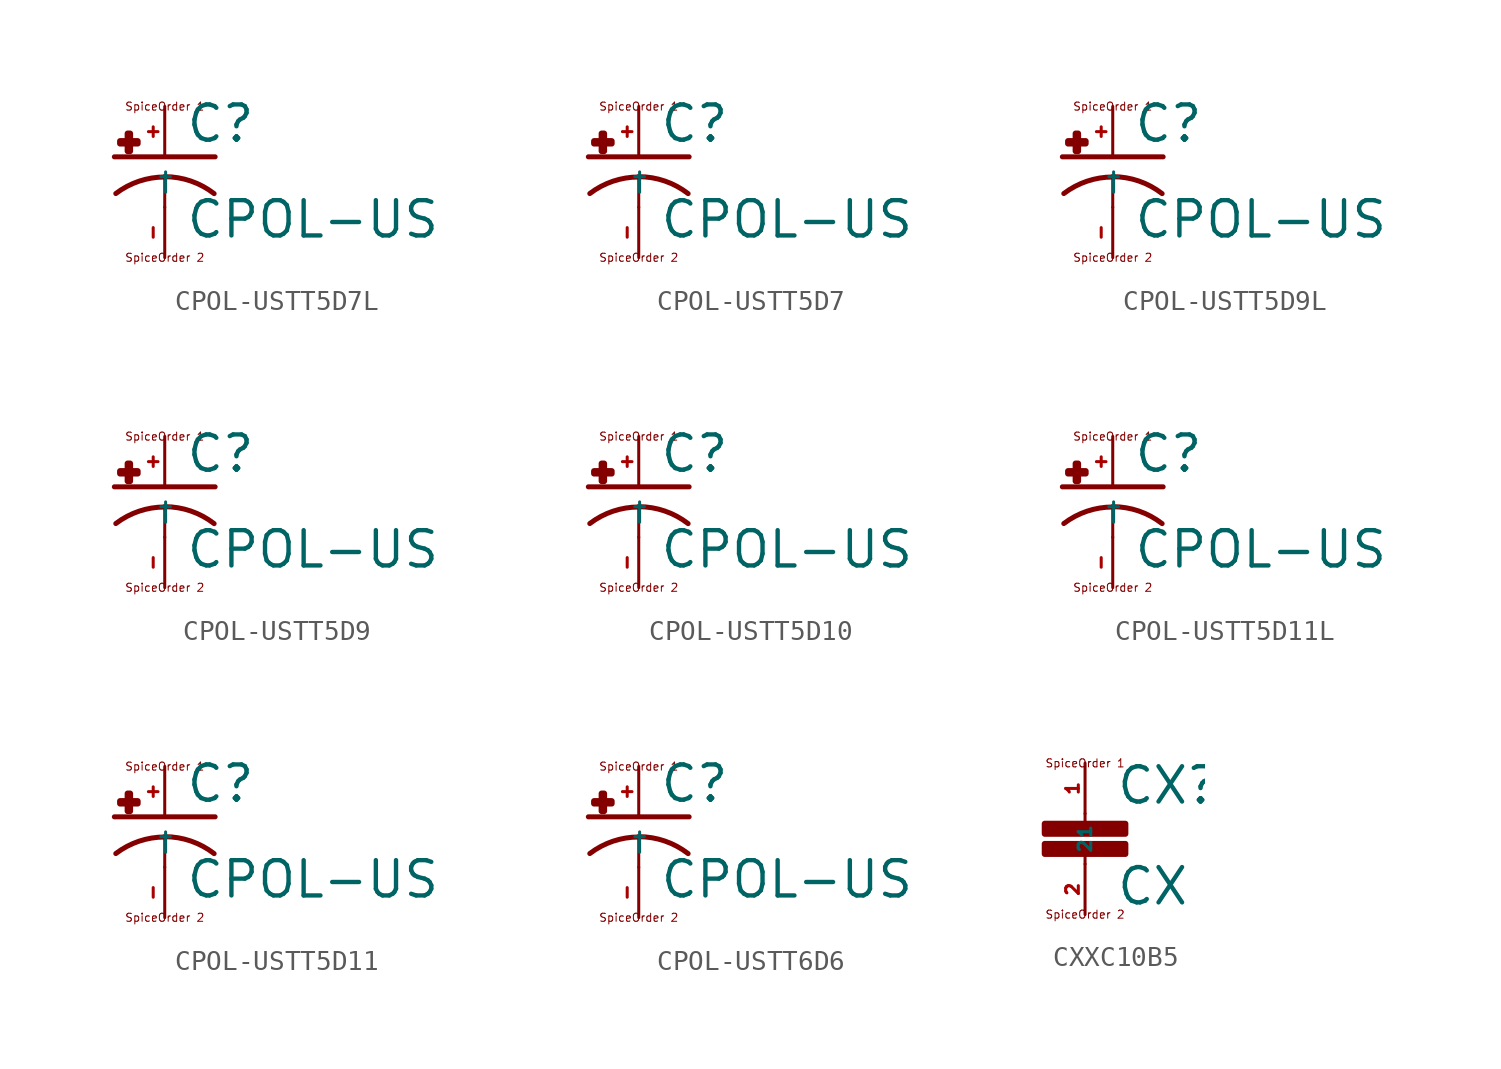
<source format=kicad_sym>
(kicad_symbol_lib
  (version 20220914)
  (generator Eagle2Kicad)
  (symbol "CPOL-USTT5D7L"
    (property "Reference" "C"
      (at 1.016 0.635 0)
      (effects (font (size 1.778 1.778) (thickness 0.22)) (justify left bottom)))
    (property "Value" "CPOL-US"
      (at 1.016 -4.191 0)
      (effects (font (size 1.778 1.778) (thickness 0.22)) (justify left bottom)))
    (polyline
      (pts (xy -2.54 0) (xy 2.54 0))
      (stroke (width 0.254) (type default))
      (fill (type none)))
    (polyline
      (pts (xy 0 -1.016) (xy 0 -2.54))
      (stroke (width 0.152) (type default))
      (fill (type none)))
    (arc
      (start 2.4892 -1.8542)
      (mid 1.316 -1.220)
      (end 0 -1)
      (stroke (width 0.254) (type default))
      (fill (type none)))
    (arc
      (start 0 -1.0161)
      (mid -1.302 -1.230)
      (end -2.4669 -1.8504)
      (stroke (width 0.254) (type default))
      (fill (type none)))
    (text "SpiceOrder 1"
      (at 0 2.54 0)
      (effects (font (size 0.406 0.406) (thickness 0.05))))
    (text "SpiceOrder 2"
      (at 0 -5.08 0)
      (effects (font (size 0.406 0.406) (thickness 0.05))))
    (rectangle
      (start -2.253 0.668)
      (end -1.364 0.795)
      (stroke (width 0.3) (type default))
      (fill (type outline)))
    (rectangle
      (start -1.872 0.287)
      (end -1.745 1.176)
      (stroke (width 0.3) (type default))
      (fill (type outline)))
    (pin passive line
      (at 0 2.54 270)
      (length 2.54)
      (name "+" (effects (font (size 0.635 0.635) (thickness 0.08)) (justify left bottom)))
      (number "+" (effects (font (size 0.635 0.635) (thickness 0.08)) (justify left bottom))))
    (pin passive line
      (at 0 -5.08 90)
      (length 2.54)
      (name "-" (effects (font (size 0.635 0.635) (thickness 0.08)) (justify left bottom)))
      (number "-" (effects (font (size 0.635 0.635) (thickness 0.08)) (justify left bottom)))))
  (symbol "CPOL-USTT5D7"
    (property "Reference" "C"
      (at 1.016 0.635 0)
      (effects (font (size 1.778 1.778) (thickness 0.22)) (justify left bottom)))
    (property "Value" "CPOL-US"
      (at 1.016 -4.191 0)
      (effects (font (size 1.778 1.778) (thickness 0.22)) (justify left bottom)))
    (polyline
      (pts (xy -2.54 0) (xy 2.54 0))
      (stroke (width 0.254) (type default))
      (fill (type none)))
    (polyline
      (pts (xy 0 -1.016) (xy 0 -2.54))
      (stroke (width 0.152) (type default))
      (fill (type none)))
    (arc
      (start 2.4892 -1.8542)
      (mid 1.316 -1.220)
      (end 0 -1)
      (stroke (width 0.254) (type default))
      (fill (type none)))
    (arc
      (start 0 -1.0161)
      (mid -1.302 -1.230)
      (end -2.4669 -1.8504)
      (stroke (width 0.254) (type default))
      (fill (type none)))
    (text "SpiceOrder 1"
      (at 0 2.54 0)
      (effects (font (size 0.406 0.406) (thickness 0.05))))
    (text "SpiceOrder 2"
      (at 0 -5.08 0)
      (effects (font (size 0.406 0.406) (thickness 0.05))))
    (rectangle
      (start -2.253 0.668)
      (end -1.364 0.795)
      (stroke (width 0.3) (type default))
      (fill (type outline)))
    (rectangle
      (start -1.872 0.287)
      (end -1.745 1.176)
      (stroke (width 0.3) (type default))
      (fill (type outline)))
    (pin passive line
      (at 0 2.54 270)
      (length 2.54)
      (name "+" (effects (font (size 0.635 0.635) (thickness 0.08)) (justify left bottom)))
      (number "+" (effects (font (size 0.635 0.635) (thickness 0.08)) (justify left bottom))))
    (pin passive line
      (at 0 -5.08 90)
      (length 2.54)
      (name "-" (effects (font (size 0.635 0.635) (thickness 0.08)) (justify left bottom)))
      (number "-" (effects (font (size 0.635 0.635) (thickness 0.08)) (justify left bottom)))))
  (symbol "CPOL-USTT5D9L"
    (property "Reference" "C"
      (at 1.016 0.635 0)
      (effects (font (size 1.778 1.778) (thickness 0.22)) (justify left bottom)))
    (property "Value" "CPOL-US"
      (at 1.016 -4.191 0)
      (effects (font (size 1.778 1.778) (thickness 0.22)) (justify left bottom)))
    (polyline
      (pts (xy -2.54 0) (xy 2.54 0))
      (stroke (width 0.254) (type default))
      (fill (type none)))
    (polyline
      (pts (xy 0 -1.016) (xy 0 -2.54))
      (stroke (width 0.152) (type default))
      (fill (type none)))
    (arc
      (start 2.4892 -1.8542)
      (mid 1.316 -1.220)
      (end 0 -1)
      (stroke (width 0.254) (type default))
      (fill (type none)))
    (arc
      (start 0 -1.0161)
      (mid -1.302 -1.230)
      (end -2.4669 -1.8504)
      (stroke (width 0.254) (type default))
      (fill (type none)))
    (text "SpiceOrder 1"
      (at 0 2.54 0)
      (effects (font (size 0.406 0.406) (thickness 0.05))))
    (text "SpiceOrder 2"
      (at 0 -5.08 0)
      (effects (font (size 0.406 0.406) (thickness 0.05))))
    (rectangle
      (start -2.253 0.668)
      (end -1.364 0.795)
      (stroke (width 0.3) (type default))
      (fill (type outline)))
    (rectangle
      (start -1.872 0.287)
      (end -1.745 1.176)
      (stroke (width 0.3) (type default))
      (fill (type outline)))
    (pin passive line
      (at 0 2.54 270)
      (length 2.54)
      (name "+" (effects (font (size 0.635 0.635) (thickness 0.08)) (justify left bottom)))
      (number "+" (effects (font (size 0.635 0.635) (thickness 0.08)) (justify left bottom))))
    (pin passive line
      (at 0 -5.08 90)
      (length 2.54)
      (name "-" (effects (font (size 0.635 0.635) (thickness 0.08)) (justify left bottom)))
      (number "-" (effects (font (size 0.635 0.635) (thickness 0.08)) (justify left bottom)))))
  (symbol "CPOL-USTT5D9"
    (property "Reference" "C"
      (at 1.016 0.635 0)
      (effects (font (size 1.778 1.778) (thickness 0.22)) (justify left bottom)))
    (property "Value" "CPOL-US"
      (at 1.016 -4.191 0)
      (effects (font (size 1.778 1.778) (thickness 0.22)) (justify left bottom)))
    (polyline
      (pts (xy -2.54 0) (xy 2.54 0))
      (stroke (width 0.254) (type default))
      (fill (type none)))
    (polyline
      (pts (xy 0 -1.016) (xy 0 -2.54))
      (stroke (width 0.152) (type default))
      (fill (type none)))
    (arc
      (start 2.4892 -1.8542)
      (mid 1.316 -1.220)
      (end 0 -1)
      (stroke (width 0.254) (type default))
      (fill (type none)))
    (arc
      (start 0 -1.0161)
      (mid -1.302 -1.230)
      (end -2.4669 -1.8504)
      (stroke (width 0.254) (type default))
      (fill (type none)))
    (text "SpiceOrder 1"
      (at 0 2.54 0)
      (effects (font (size 0.406 0.406) (thickness 0.05))))
    (text "SpiceOrder 2"
      (at 0 -5.08 0)
      (effects (font (size 0.406 0.406) (thickness 0.05))))
    (rectangle
      (start -2.253 0.668)
      (end -1.364 0.795)
      (stroke (width 0.3) (type default))
      (fill (type outline)))
    (rectangle
      (start -1.872 0.287)
      (end -1.745 1.176)
      (stroke (width 0.3) (type default))
      (fill (type outline)))
    (pin passive line
      (at 0 2.54 270)
      (length 2.54)
      (name "+" (effects (font (size 0.635 0.635) (thickness 0.08)) (justify left bottom)))
      (number "+" (effects (font (size 0.635 0.635) (thickness 0.08)) (justify left bottom))))
    (pin passive line
      (at 0 -5.08 90)
      (length 2.54)
      (name "-" (effects (font (size 0.635 0.635) (thickness 0.08)) (justify left bottom)))
      (number "-" (effects (font (size 0.635 0.635) (thickness 0.08)) (justify left bottom)))))
  (symbol "CPOL-USTT5D10"
    (property "Reference" "C"
      (at 1.016 0.635 0)
      (effects (font (size 1.778 1.778) (thickness 0.22)) (justify left bottom)))
    (property "Value" "CPOL-US"
      (at 1.016 -4.191 0)
      (effects (font (size 1.778 1.778) (thickness 0.22)) (justify left bottom)))
    (polyline
      (pts (xy -2.54 0) (xy 2.54 0))
      (stroke (width 0.254) (type default))
      (fill (type none)))
    (polyline
      (pts (xy 0 -1.016) (xy 0 -2.54))
      (stroke (width 0.152) (type default))
      (fill (type none)))
    (arc
      (start 2.4892 -1.8542)
      (mid 1.316 -1.220)
      (end 0 -1)
      (stroke (width 0.254) (type default))
      (fill (type none)))
    (arc
      (start 0 -1.0161)
      (mid -1.302 -1.230)
      (end -2.4669 -1.8504)
      (stroke (width 0.254) (type default))
      (fill (type none)))
    (text "SpiceOrder 1"
      (at 0 2.54 0)
      (effects (font (size 0.406 0.406) (thickness 0.05))))
    (text "SpiceOrder 2"
      (at 0 -5.08 0)
      (effects (font (size 0.406 0.406) (thickness 0.05))))
    (rectangle
      (start -2.253 0.668)
      (end -1.364 0.795)
      (stroke (width 0.3) (type default))
      (fill (type outline)))
    (rectangle
      (start -1.872 0.287)
      (end -1.745 1.176)
      (stroke (width 0.3) (type default))
      (fill (type outline)))
    (pin passive line
      (at 0 2.54 270)
      (length 2.54)
      (name "+" (effects (font (size 0.635 0.635) (thickness 0.08)) (justify left bottom)))
      (number "+" (effects (font (size 0.635 0.635) (thickness 0.08)) (justify left bottom))))
    (pin passive line
      (at 0 -5.08 90)
      (length 2.54)
      (name "-" (effects (font (size 0.635 0.635) (thickness 0.08)) (justify left bottom)))
      (number "-" (effects (font (size 0.635 0.635) (thickness 0.08)) (justify left bottom)))))
  (symbol "CPOL-USTT5D11L"
    (property "Reference" "C"
      (at 1.016 0.635 0)
      (effects (font (size 1.778 1.778) (thickness 0.22)) (justify left bottom)))
    (property "Value" "CPOL-US"
      (at 1.016 -4.191 0)
      (effects (font (size 1.778 1.778) (thickness 0.22)) (justify left bottom)))
    (polyline
      (pts (xy -2.54 0) (xy 2.54 0))
      (stroke (width 0.254) (type default))
      (fill (type none)))
    (polyline
      (pts (xy 0 -1.016) (xy 0 -2.54))
      (stroke (width 0.152) (type default))
      (fill (type none)))
    (arc
      (start 2.4892 -1.8542)
      (mid 1.316 -1.220)
      (end 0 -1)
      (stroke (width 0.254) (type default))
      (fill (type none)))
    (arc
      (start 0 -1.0161)
      (mid -1.302 -1.230)
      (end -2.4669 -1.8504)
      (stroke (width 0.254) (type default))
      (fill (type none)))
    (text "SpiceOrder 1"
      (at 0 2.54 0)
      (effects (font (size 0.406 0.406) (thickness 0.05))))
    (text "SpiceOrder 2"
      (at 0 -5.08 0)
      (effects (font (size 0.406 0.406) (thickness 0.05))))
    (rectangle
      (start -2.253 0.668)
      (end -1.364 0.795)
      (stroke (width 0.3) (type default))
      (fill (type outline)))
    (rectangle
      (start -1.872 0.287)
      (end -1.745 1.176)
      (stroke (width 0.3) (type default))
      (fill (type outline)))
    (pin passive line
      (at 0 2.54 270)
      (length 2.54)
      (name "+" (effects (font (size 0.635 0.635) (thickness 0.08)) (justify left bottom)))
      (number "+" (effects (font (size 0.635 0.635) (thickness 0.08)) (justify left bottom))))
    (pin passive line
      (at 0 -5.08 90)
      (length 2.54)
      (name "-" (effects (font (size 0.635 0.635) (thickness 0.08)) (justify left bottom)))
      (number "-" (effects (font (size 0.635 0.635) (thickness 0.08)) (justify left bottom)))))
  (symbol "CPOL-USTT5D11"
    (property "Reference" "C"
      (at 1.016 0.635 0)
      (effects (font (size 1.778 1.778) (thickness 0.22)) (justify left bottom)))
    (property "Value" "CPOL-US"
      (at 1.016 -4.191 0)
      (effects (font (size 1.778 1.778) (thickness 0.22)) (justify left bottom)))
    (polyline
      (pts (xy -2.54 0) (xy 2.54 0))
      (stroke (width 0.254) (type default))
      (fill (type none)))
    (polyline
      (pts (xy 0 -1.016) (xy 0 -2.54))
      (stroke (width 0.152) (type default))
      (fill (type none)))
    (arc
      (start 2.4892 -1.8542)
      (mid 1.316 -1.220)
      (end 0 -1)
      (stroke (width 0.254) (type default))
      (fill (type none)))
    (arc
      (start 0 -1.0161)
      (mid -1.302 -1.230)
      (end -2.4669 -1.8504)
      (stroke (width 0.254) (type default))
      (fill (type none)))
    (text "SpiceOrder 1"
      (at 0 2.54 0)
      (effects (font (size 0.406 0.406) (thickness 0.05))))
    (text "SpiceOrder 2"
      (at 0 -5.08 0)
      (effects (font (size 0.406 0.406) (thickness 0.05))))
    (rectangle
      (start -2.253 0.668)
      (end -1.364 0.795)
      (stroke (width 0.3) (type default))
      (fill (type outline)))
    (rectangle
      (start -1.872 0.287)
      (end -1.745 1.176)
      (stroke (width 0.3) (type default))
      (fill (type outline)))
    (pin passive line
      (at 0 2.54 270)
      (length 2.54)
      (name "+" (effects (font (size 0.635 0.635) (thickness 0.08)) (justify left bottom)))
      (number "+" (effects (font (size 0.635 0.635) (thickness 0.08)) (justify left bottom))))
    (pin passive line
      (at 0 -5.08 90)
      (length 2.54)
      (name "-" (effects (font (size 0.635 0.635) (thickness 0.08)) (justify left bottom)))
      (number "-" (effects (font (size 0.635 0.635) (thickness 0.08)) (justify left bottom)))))
  (symbol "CPOL-USTT6D6"
    (property "Reference" "C"
      (at 1.016 0.635 0)
      (effects (font (size 1.778 1.778) (thickness 0.22)) (justify left bottom)))
    (property "Value" "CPOL-US"
      (at 1.016 -4.191 0)
      (effects (font (size 1.778 1.778) (thickness 0.22)) (justify left bottom)))
    (polyline
      (pts (xy -2.54 0) (xy 2.54 0))
      (stroke (width 0.254) (type default))
      (fill (type none)))
    (polyline
      (pts (xy 0 -1.016) (xy 0 -2.54))
      (stroke (width 0.152) (type default))
      (fill (type none)))
    (arc
      (start 2.4892 -1.8542)
      (mid 1.316 -1.220)
      (end 0 -1)
      (stroke (width 0.254) (type default))
      (fill (type none)))
    (arc
      (start 0 -1.0161)
      (mid -1.302 -1.230)
      (end -2.4669 -1.8504)
      (stroke (width 0.254) (type default))
      (fill (type none)))
    (text "SpiceOrder 1"
      (at 0 2.54 0)
      (effects (font (size 0.406 0.406) (thickness 0.05))))
    (text "SpiceOrder 2"
      (at 0 -5.08 0)
      (effects (font (size 0.406 0.406) (thickness 0.05))))
    (rectangle
      (start -2.253 0.668)
      (end -1.364 0.795)
      (stroke (width 0.3) (type default))
      (fill (type outline)))
    (rectangle
      (start -1.872 0.287)
      (end -1.745 1.176)
      (stroke (width 0.3) (type default))
      (fill (type outline)))
    (pin passive line
      (at 0 2.54 270)
      (length 2.54)
      (name "+" (effects (font (size 0.635 0.635) (thickness 0.08)) (justify left bottom)))
      (number "+" (effects (font (size 0.635 0.635) (thickness 0.08)) (justify left bottom))))
    (pin passive line
      (at 0 -5.08 90)
      (length 2.54)
      (name "-" (effects (font (size 0.635 0.635) (thickness 0.08)) (justify left bottom)))
      (number "-" (effects (font (size 0.635 0.635) (thickness 0.08)) (justify left bottom)))))
  (symbol "CXXC10B5"
    (property "Reference" "CX"
      (at 1.524 0.381 0)
      (effects (font (size 1.778 1.778) (thickness 0.22)) (justify left bottom)))
    (property "Value" "CX"
      (at 1.524 -4.699 0)
      (effects (font (size 1.778 1.778) (thickness 0.22)) (justify left bottom)))
    (polyline
      (pts (xy 0 0) (xy 0 -0.508))
      (stroke (width 0.152) (type default))
      (fill (type none)))
    (polyline
      (pts (xy 0 -2.54) (xy 0 -2.032))
      (stroke (width 0.152) (type default))
      (fill (type none)))
    (text "SpiceOrder 1"
      (at 0 2.54 0)
      (effects (font (size 0.406 0.406) (thickness 0.05))))
    (text "SpiceOrder 2"
      (at 0 -5.08 0)
      (effects (font (size 0.406 0.406) (thickness 0.05))))
    (rectangle
      (start -2.032 -2.032)
      (end 2.032 -1.524)
      (stroke (width 0.3) (type default))
      (fill (type outline)))
    (rectangle
      (start -2.032 -1.016)
      (end 2.032 -0.508)
      (stroke (width 0.3) (type default))
      (fill (type outline)))
    (pin passive line
      (at 0 2.54 270)
      (length 2.54)
      (name "1" (effects (font (size 0.635 0.635) (thickness 0.08)) (justify left bottom)))
      (number "1" (effects (font (size 0.635 0.635) (thickness 0.08)) (justify left bottom))))
    (pin passive line
      (at 0 -5.08 90)
      (length 2.54)
      (name "2" (effects (font (size 0.635 0.635) (thickness 0.08)) (justify left bottom)))
      (number "2" (effects (font (size 0.635 0.635) (thickness 0.08)) (justify left bottom))))))
</source>
